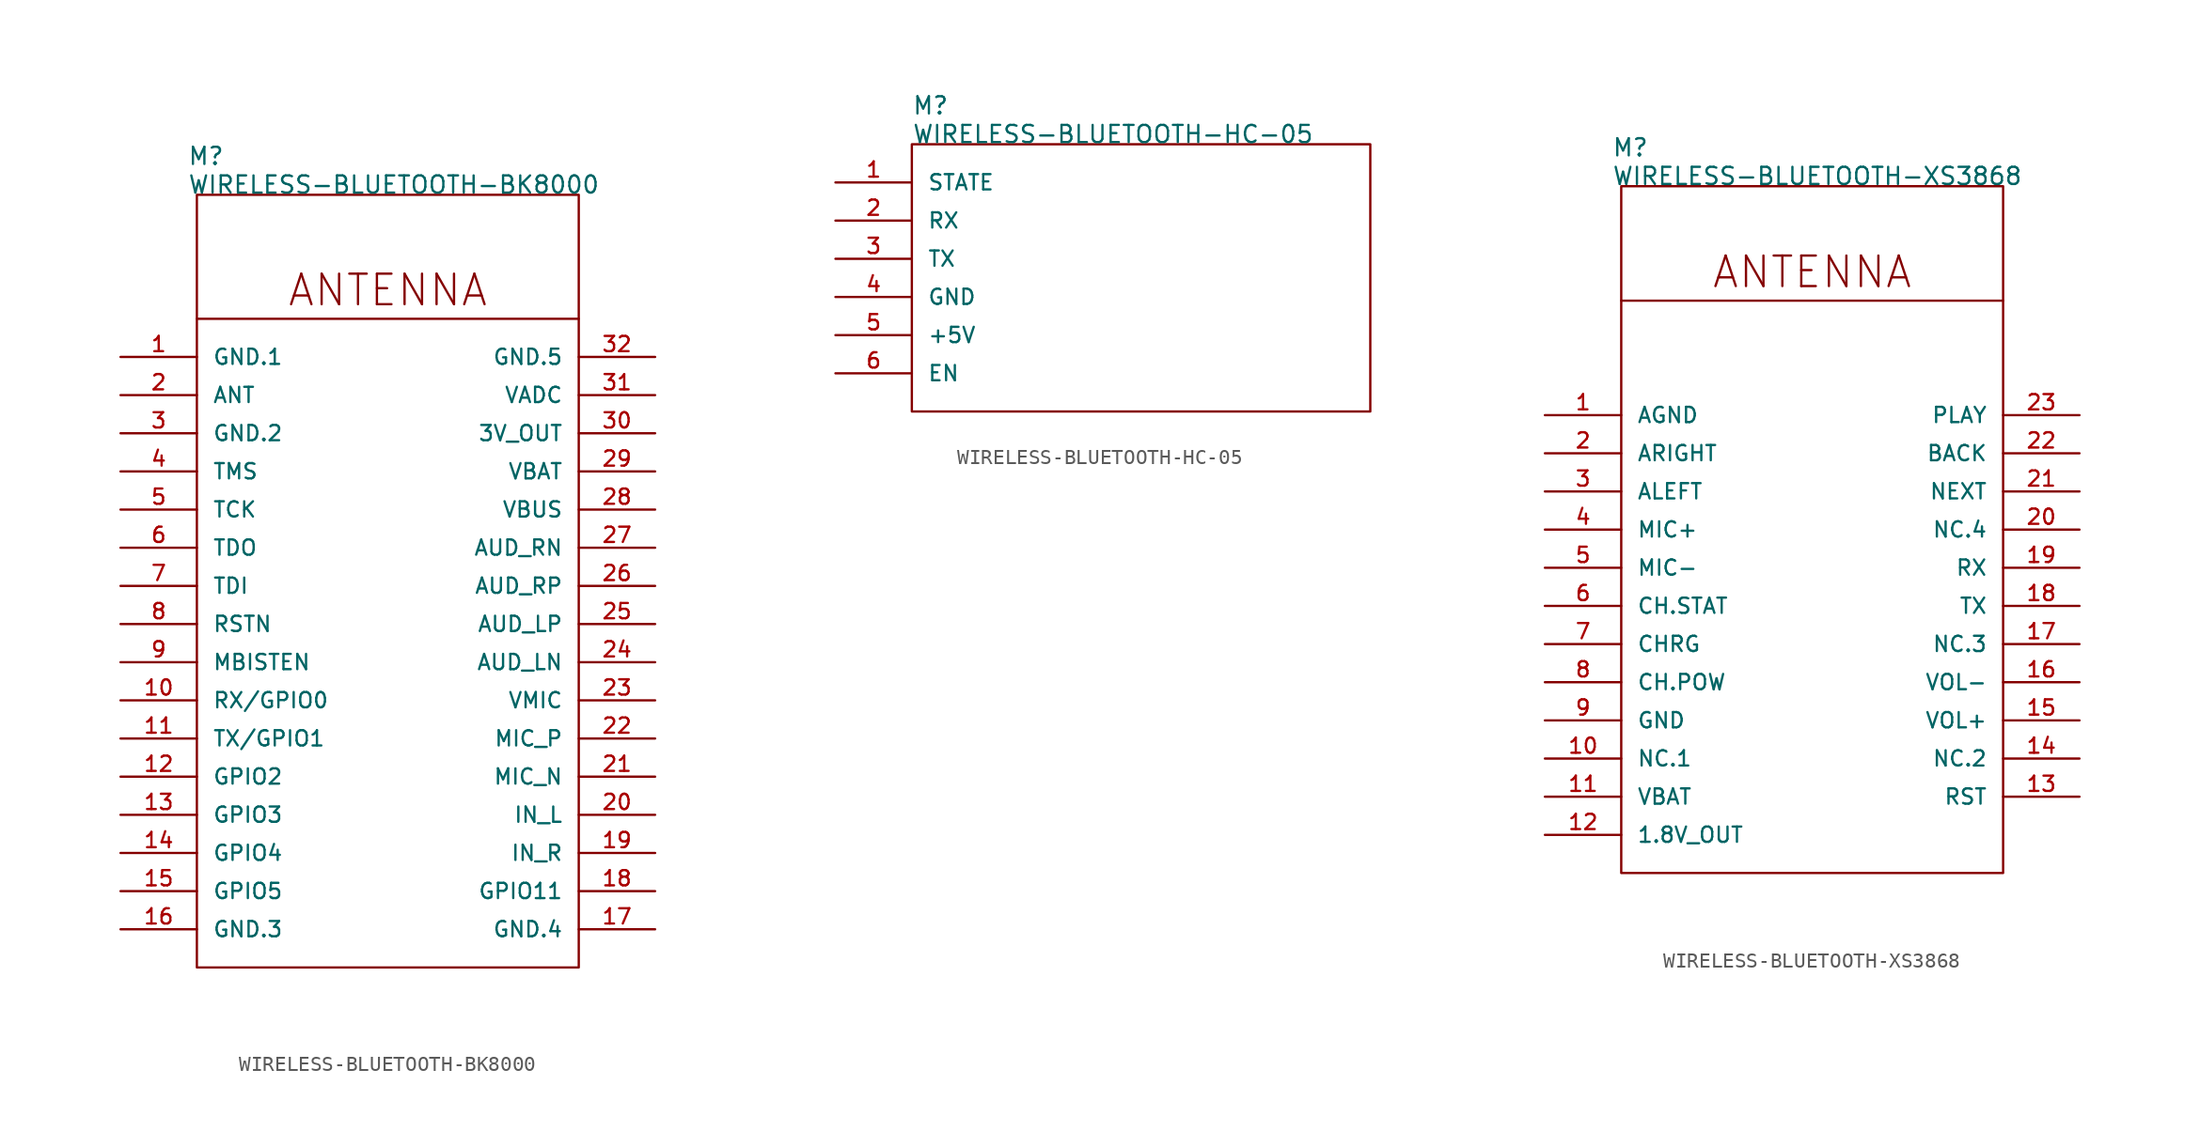
<source format=kicad_sym>
(kicad_symbol_lib
  (version 20231120)
  (generator "kicad_symbol_editor")
  (generator_version "8.0")
  (symbol "WIRELESS-BLUETOOTH-BK8000"
    (pin_names
      (offset 1.016))
    (property "Reference" "M"
      (at -13.335 25.4 0)
      (effects (font (size 1.143 1.143)) (justify left bottom)))
    (property "Value" "WIRELESS-BLUETOOTH-BK8000"
      (at -13.335 23.495 0)
      (effects (font (size 1.143 1.143)) (justify left bottom)))
    (property "ki_locked" ""
      (at 0 0 0)
      (effects (font (size 1.27 1.27))))
    (symbol "WIRELESS-BLUETOOTH-BK8000_1_0"
      (polyline (pts (xy -12.7 15.24) (xy 12.7 15.24)) (stroke (width 0) (type default)) (fill (type none)))
      (text "ANTENNA" (at 0 17.145 0) (effects (font (size 2.032 2.032)))))
    (symbol "WIRELESS-BLUETOOTH-BK8000_1_1"
      (rectangle (start -12.7 -27.94) (end 12.7 23.495) (stroke (width 0) (type default)) (fill (type none)))
      (pin power_in line (at -17.78 12.7 0) (length 5.08) (name "GND.1" (effects (font (size 1.016 1.016)))) (number "1" (effects (font (size 1.016 1.016)))))
      (pin bidirectional line (at -17.78 -10.16 0) (length 5.08) (name "RX/GPIO0" (effects (font (size 1.016 1.016)))) (number "10" (effects (font (size 1.016 1.016)))))
      (pin bidirectional line (at -17.78 -12.7 0) (length 5.08) (name "TX/GPIO1" (effects (font (size 1.016 1.016)))) (number "11" (effects (font (size 1.016 1.016)))))
      (pin bidirectional line (at -17.78 -15.24 0) (length 5.08) (name "GPIO2" (effects (font (size 1.016 1.016)))) (number "12" (effects (font (size 1.016 1.016)))))
      (pin bidirectional line (at -17.78 -17.78 0) (length 5.08) (name "GPIO3" (effects (font (size 1.016 1.016)))) (number "13" (effects (font (size 1.016 1.016)))))
      (pin bidirectional line (at -17.78 -20.32 0) (length 5.08) (name "GPIO4" (effects (font (size 1.016 1.016)))) (number "14" (effects (font (size 1.016 1.016)))))
      (pin bidirectional line (at -17.78 -22.86 0) (length 5.08) (name "GPIO5" (effects (font (size 1.016 1.016)))) (number "15" (effects (font (size 1.016 1.016)))))
      (pin power_in line (at -17.78 -25.4 0) (length 5.08) (name "GND.3" (effects (font (size 1.016 1.016)))) (number "16" (effects (font (size 1.016 1.016)))))
      (pin power_in line (at 17.78 -25.4 180) (length 5.08) (name "GND.4" (effects (font (size 1.016 1.016)))) (number "17" (effects (font (size 1.016 1.016)))))
      (pin bidirectional line (at 17.78 -22.86 180) (length 5.08) (name "GPIO11" (effects (font (size 1.016 1.016)))) (number "18" (effects (font (size 1.016 1.016)))))
      (pin input line (at 17.78 -20.32 180) (length 5.08) (name "IN_R" (effects (font (size 1.016 1.016)))) (number "19" (effects (font (size 1.016 1.016)))))
      (pin passive line (at -17.78 10.16 0) (length 5.08) (name "ANT" (effects (font (size 1.016 1.016)))) (number "2" (effects (font (size 1.016 1.016)))))
      (pin input line (at 17.78 -17.78 180) (length 5.08) (name "IN_L" (effects (font (size 1.016 1.016)))) (number "20" (effects (font (size 1.016 1.016)))))
      (pin input line (at 17.78 -15.24 180) (length 5.08) (name "MIC_N" (effects (font (size 1.016 1.016)))) (number "21" (effects (font (size 1.016 1.016)))))
      (pin input line (at 17.78 -12.7 180) (length 5.08) (name "MIC_P" (effects (font (size 1.016 1.016)))) (number "22" (effects (font (size 1.016 1.016)))))
      (pin passive line (at 17.78 -10.16 180) (length 5.08) (name "VMIC" (effects (font (size 1.016 1.016)))) (number "23" (effects (font (size 1.016 1.016)))))
      (pin output line (at 17.78 -7.62 180) (length 5.08) (name "AUD_LN" (effects (font (size 1.016 1.016)))) (number "24" (effects (font (size 1.016 1.016)))))
      (pin output line (at 17.78 -5.08 180) (length 5.08) (name "AUD_LP" (effects (font (size 1.016 1.016)))) (number "25" (effects (font (size 1.016 1.016)))))
      (pin output line (at 17.78 -2.54 180) (length 5.08) (name "AUD_RP" (effects (font (size 1.016 1.016)))) (number "26" (effects (font (size 1.016 1.016)))))
      (pin output line (at 17.78 0 180) (length 5.08) (name "AUD_RN" (effects (font (size 1.016 1.016)))) (number "27" (effects (font (size 1.016 1.016)))))
      (pin passive line (at 17.78 2.54 180) (length 5.08) (name "VBUS" (effects (font (size 1.016 1.016)))) (number "28" (effects (font (size 1.016 1.016)))))
      (pin passive line (at 17.78 5.08 180) (length 5.08) (name "VBAT" (effects (font (size 1.016 1.016)))) (number "29" (effects (font (size 1.016 1.016)))))
      (pin power_in line (at -17.78 7.62 0) (length 5.08) (name "GND.2" (effects (font (size 1.016 1.016)))) (number "3" (effects (font (size 1.016 1.016)))))
      (pin power_in line (at 17.78 7.62 180) (length 5.08) (name "3V_OUT" (effects (font (size 1.016 1.016)))) (number "30" (effects (font (size 1.016 1.016)))))
      (pin power_in line (at 17.78 10.16 180) (length 5.08) (name "VADC" (effects (font (size 1.016 1.016)))) (number "31" (effects (font (size 1.016 1.016)))))
      (pin power_in line (at 17.78 12.7 180) (length 5.08) (name "GND.5" (effects (font (size 1.016 1.016)))) (number "32" (effects (font (size 1.016 1.016)))))
      (pin bidirectional line (at -17.78 5.08 0) (length 5.08) (name "TMS" (effects (font (size 1.016 1.016)))) (number "4" (effects (font (size 1.016 1.016)))))
      (pin bidirectional line (at -17.78 2.54 0) (length 5.08) (name "TCK" (effects (font (size 1.016 1.016)))) (number "5" (effects (font (size 1.016 1.016)))))
      (pin bidirectional line (at -17.78 0 0) (length 5.08) (name "TDO" (effects (font (size 1.016 1.016)))) (number "6" (effects (font (size 1.016 1.016)))))
      (pin bidirectional line (at -17.78 -2.54 0) (length 5.08) (name "TDI" (effects (font (size 1.016 1.016)))) (number "7" (effects (font (size 1.016 1.016)))))
      (pin bidirectional line (at -17.78 -5.08 0) (length 5.08) (name "RSTN" (effects (font (size 1.016 1.016)))) (number "8" (effects (font (size 1.016 1.016)))))
      (pin bidirectional line (at -17.78 -7.62 0) (length 5.08) (name "MBISTEN" (effects (font (size 1.016 1.016)))) (number "9" (effects (font (size 1.016 1.016)))))))
  (symbol "WIRELESS-BLUETOOTH-HC-05"
    (pin_names
      (offset 1.016))
    (property "Reference" "M"
      (at -15.24 9.525 0)
      (effects (font (size 1.143 1.143)) (justify left bottom)))
    (property "Value" "WIRELESS-BLUETOOTH-HC-05"
      (at -15.24 7.62 0)
      (effects (font (size 1.143 1.143)) (justify left bottom)))
    (property "ki_locked" ""
      (at 0 0 0)
      (effects (font (size 1.27 1.27))))
    (symbol "WIRELESS-BLUETOOTH-HC-05_1_1"
      (rectangle (start -15.24 7.62) (end 15.24 -10.16) (stroke (width 0) (type default)) (fill (type none)))
      (pin bidirectional line (at -20.32 5.08 0) (length 5.08) (name "STATE" (effects (font (size 1.016 1.016)))) (number "1" (effects (font (size 1.016 1.016)))))
      (pin bidirectional line (at -20.32 2.54 0) (length 5.08) (name "RX" (effects (font (size 1.016 1.016)))) (number "2" (effects (font (size 1.016 1.016)))))
      (pin bidirectional line (at -20.32 0 0) (length 5.08) (name "TX" (effects (font (size 1.016 1.016)))) (number "3" (effects (font (size 1.016 1.016)))))
      (pin power_in line (at -20.32 -2.54 0) (length 5.08) (name "GND" (effects (font (size 1.016 1.016)))) (number "4" (effects (font (size 1.016 1.016)))))
      (pin power_in line (at -20.32 -5.08 0) (length 5.08) (name "+5V" (effects (font (size 1.016 1.016)))) (number "5" (effects (font (size 1.016 1.016)))))
      (pin bidirectional line (at -20.32 -7.62 0) (length 5.08) (name "EN" (effects (font (size 1.016 1.016)))) (number "6" (effects (font (size 1.016 1.016)))))))
  (symbol "WIRELESS-BLUETOOTH-XS3868"
    (pin_names
      (offset 1.016))
    (property "Reference" "M"
      (at -13.335 24.765 0)
      (effects (font (size 1.143 1.143)) (justify left bottom)))
    (property "Value" "WIRELESS-BLUETOOTH-XS3868"
      (at -13.335 22.86 0)
      (effects (font (size 1.143 1.143)) (justify left bottom)))
    (property "ki_locked" ""
      (at 0 0 0)
      (effects (font (size 1.27 1.27))))
    (symbol "WIRELESS-BLUETOOTH-XS3868_1_0"
      (polyline (pts (xy -12.7 15.24) (xy 12.7 15.24)) (stroke (width 0) (type default)) (fill (type none)))
      (text "ANTENNA" (at 0 17.145 0) (effects (font (size 2.032 2.032)))))
    (symbol "WIRELESS-BLUETOOTH-XS3868_1_1"
      (rectangle (start -12.7 -22.86) (end 12.7 22.86) (stroke (width 0) (type default)) (fill (type none)))
      (pin power_in line (at -17.78 7.62 0) (length 5.08) (name "AGND" (effects (font (size 1.016 1.016)))) (number "1" (effects (font (size 1.016 1.016)))))
      (pin passive line (at -17.78 -15.24 0) (length 5.08) (name "NC.1" (effects (font (size 1.016 1.016)))) (number "10" (effects (font (size 1.016 1.016)))))
      (pin power_in line (at -17.78 -17.78 0) (length 5.08) (name "VBAT" (effects (font (size 1.016 1.016)))) (number "11" (effects (font (size 1.016 1.016)))))
      (pin power_in line (at -17.78 -20.32 0) (length 5.08) (name "1.8V_OUT" (effects (font (size 1.016 1.016)))) (number "12" (effects (font (size 1.016 1.016)))))
      (pin power_in line (at 17.78 -17.78 180) (length 5.08) (name "RST" (effects (font (size 1.016 1.016)))) (number "13" (effects (font (size 1.016 1.016)))))
      (pin passive line (at 17.78 -15.24 180) (length 5.08) (name "NC.2" (effects (font (size 1.016 1.016)))) (number "14" (effects (font (size 1.016 1.016)))))
      (pin bidirectional line (at 17.78 -12.7 180) (length 5.08) (name "VOL+" (effects (font (size 1.016 1.016)))) (number "15" (effects (font (size 1.016 1.016)))))
      (pin bidirectional line (at 17.78 -10.16 180) (length 5.08) (name "VOL-" (effects (font (size 1.016 1.016)))) (number "16" (effects (font (size 1.016 1.016)))))
      (pin passive line (at 17.78 -7.62 180) (length 5.08) (name "NC.3" (effects (font (size 1.016 1.016)))) (number "17" (effects (font (size 1.016 1.016)))))
      (pin bidirectional line (at 17.78 -5.08 180) (length 5.08) (name "TX" (effects (font (size 1.016 1.016)))) (number "18" (effects (font (size 1.016 1.016)))))
      (pin bidirectional line (at 17.78 -2.54 180) (length 5.08) (name "RX" (effects (font (size 1.016 1.016)))) (number "19" (effects (font (size 1.016 1.016)))))
      (pin output line (at -17.78 5.08 0) (length 5.08) (name "ARIGHT" (effects (font (size 1.016 1.016)))) (number "2" (effects (font (size 1.016 1.016)))))
      (pin passive line (at 17.78 0 180) (length 5.08) (name "NC.4" (effects (font (size 1.016 1.016)))) (number "20" (effects (font (size 1.016 1.016)))))
      (pin bidirectional line (at 17.78 2.54 180) (length 5.08) (name "NEXT" (effects (font (size 1.016 1.016)))) (number "21" (effects (font (size 1.016 1.016)))))
      (pin bidirectional line (at 17.78 5.08 180) (length 5.08) (name "BACK" (effects (font (size 1.016 1.016)))) (number "22" (effects (font (size 1.016 1.016)))))
      (pin bidirectional line (at 17.78 7.62 180) (length 5.08) (name "PLAY" (effects (font (size 1.016 1.016)))) (number "23" (effects (font (size 1.016 1.016)))))
      (pin output line (at -17.78 2.54 0) (length 5.08) (name "ALEFT" (effects (font (size 1.016 1.016)))) (number "3" (effects (font (size 1.016 1.016)))))
      (pin bidirectional line (at -17.78 0 0) (length 5.08) (name "MIC+" (effects (font (size 1.016 1.016)))) (number "4" (effects (font (size 1.016 1.016)))))
      (pin bidirectional line (at -17.78 -2.54 0) (length 5.08) (name "MIC-" (effects (font (size 1.016 1.016)))) (number "5" (effects (font (size 1.016 1.016)))))
      (pin bidirectional line (at -17.78 -5.08 0) (length 5.08) (name "CH.STAT" (effects (font (size 1.016 1.016)))) (number "6" (effects (font (size 1.016 1.016)))))
      (pin bidirectional line (at -17.78 -7.62 0) (length 5.08) (name "CHRG" (effects (font (size 1.016 1.016)))) (number "7" (effects (font (size 1.016 1.016)))))
      (pin bidirectional line (at -17.78 -10.16 0) (length 5.08) (name "CH.POW" (effects (font (size 1.016 1.016)))) (number "8" (effects (font (size 1.016 1.016)))))
      (pin power_in line (at -17.78 -12.7 0) (length 5.08) (name "GND" (effects (font (size 1.016 1.016)))) (number "9" (effects (font (size 1.016 1.016))))))))
</source>
